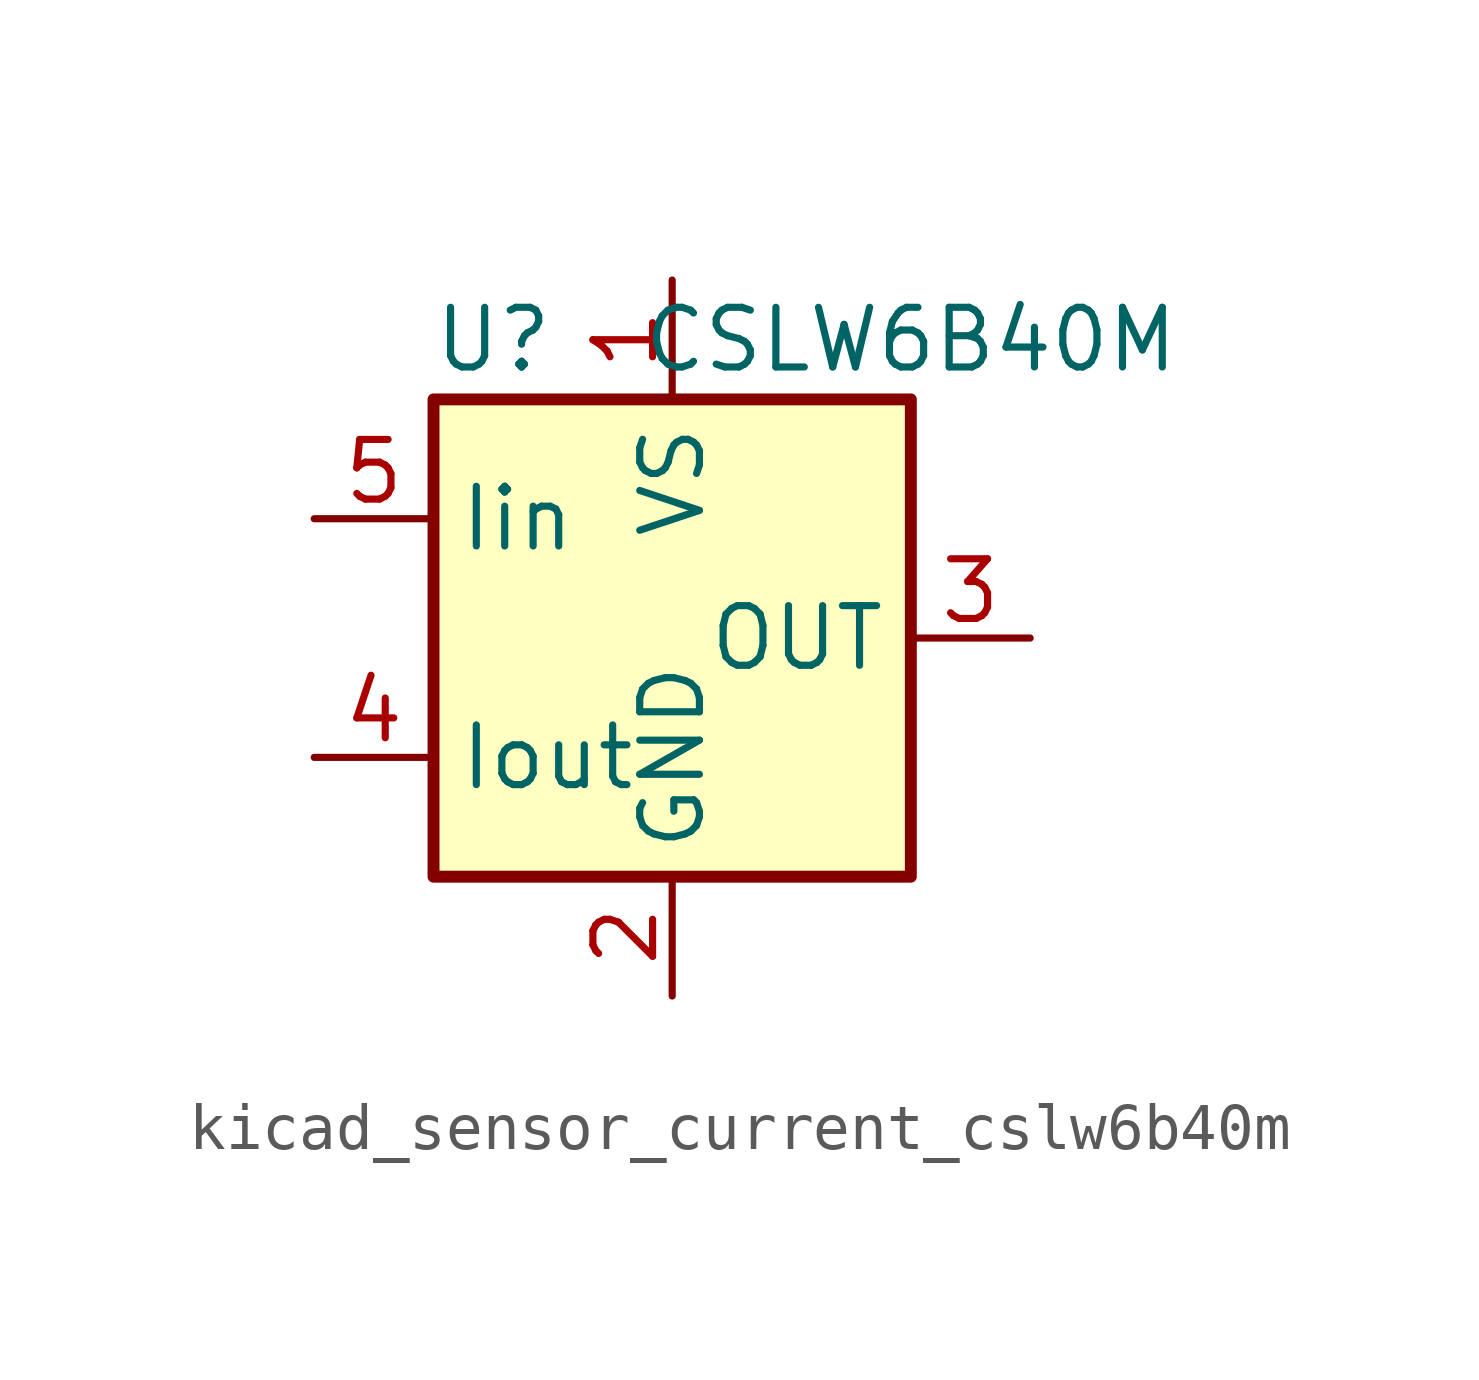
<source format=kicad_sym>
(kicad_symbol_lib
  (version 20220914)
  (generator kicad_symbol_editor)
  (symbol "kicad_sensor_current_cslw6b40m"
    (property "Reference" "U"
      (at -3.81 6.35 0)
      (effects (font (size 1.27 1.27))))
    (property "Value" "CSLW6B40M"
      (at 5.08 6.35 0)
      (effects (font (size 1.27 1.27))))
    (symbol "kicad_sensor_current_cslw6b40m_0_1"
      (rectangle (start -5.08 5.08) (end 5.08 -5.08) (stroke (width 0.254) (type default)) (fill (type background))))
    (symbol "kicad_sensor_current_cslw6b40m_1_1"
      (pin power_in line (at 0 7.62 270) (length 2.54) (name "VS" (effects (font (size 1.27 1.27)))) (number "1" (effects (font (size 1.27 1.27)))))
      (pin power_in line (at 0 -7.62 90) (length 2.54) (name "GND" (effects (font (size 1.27 1.27)))) (number "2" (effects (font (size 1.27 1.27)))))
      (pin output line (at 7.62 0 180) (length 2.54) (name "OUT" (effects (font (size 1.27 1.27)))) (number "3" (effects (font (size 1.27 1.27)))))
      (pin passive line (at -7.62 -2.54 0) (length 2.54) (name "Iout" (effects (font (size 1.27 1.27)))) (number "4" (effects (font (size 1.27 1.27)))))
      (pin passive line (at -7.62 2.54 0) (length 2.54) (name "Iin" (effects (font (size 1.27 1.27)))) (number "5" (effects (font (size 1.27 1.27))))))))
</source>
